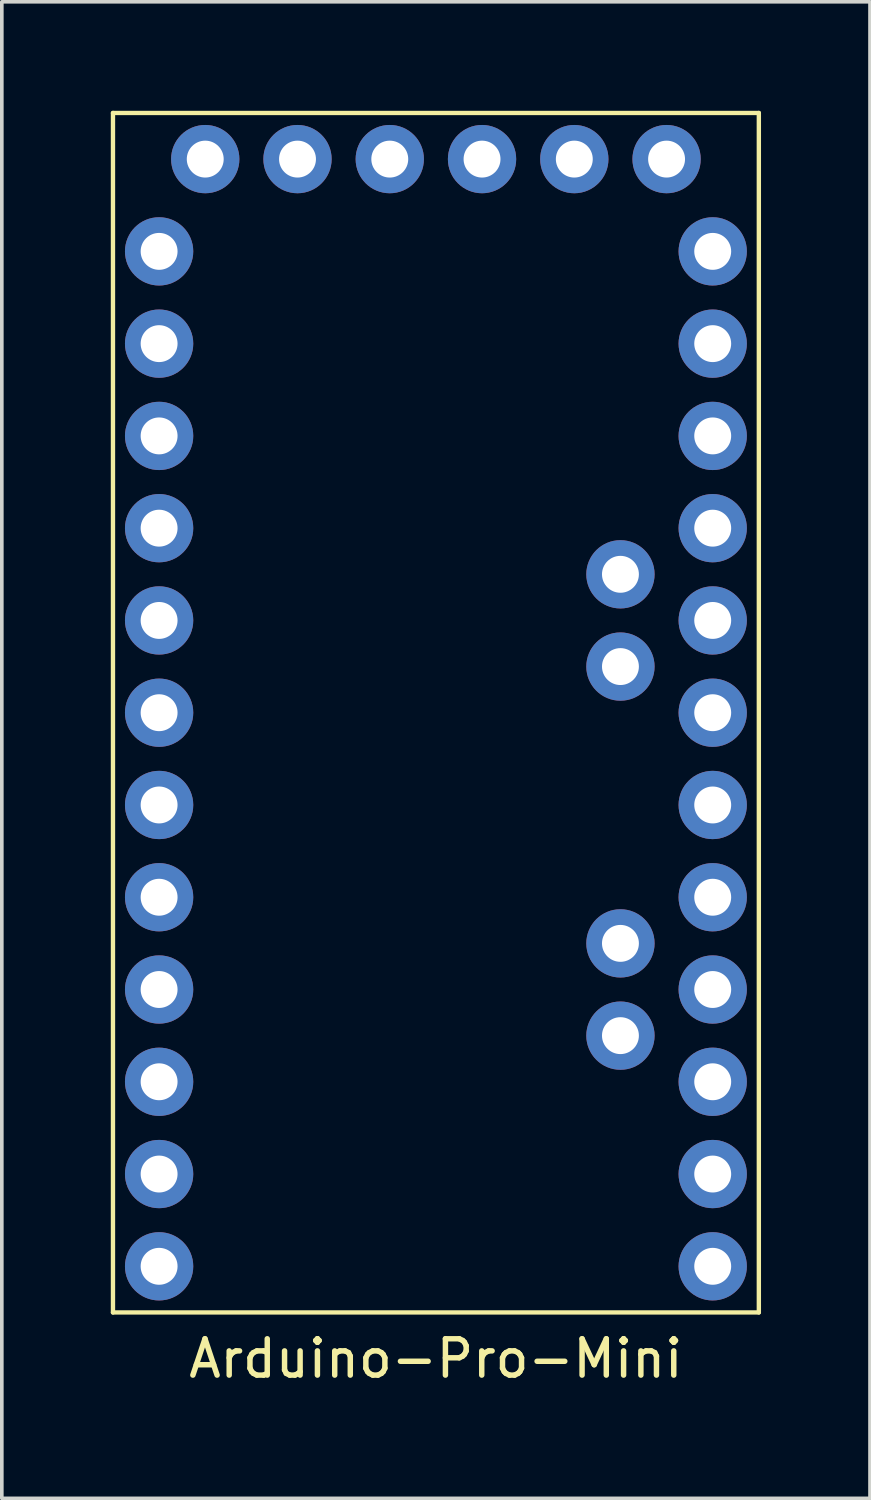
<source format=kicad_pcb>
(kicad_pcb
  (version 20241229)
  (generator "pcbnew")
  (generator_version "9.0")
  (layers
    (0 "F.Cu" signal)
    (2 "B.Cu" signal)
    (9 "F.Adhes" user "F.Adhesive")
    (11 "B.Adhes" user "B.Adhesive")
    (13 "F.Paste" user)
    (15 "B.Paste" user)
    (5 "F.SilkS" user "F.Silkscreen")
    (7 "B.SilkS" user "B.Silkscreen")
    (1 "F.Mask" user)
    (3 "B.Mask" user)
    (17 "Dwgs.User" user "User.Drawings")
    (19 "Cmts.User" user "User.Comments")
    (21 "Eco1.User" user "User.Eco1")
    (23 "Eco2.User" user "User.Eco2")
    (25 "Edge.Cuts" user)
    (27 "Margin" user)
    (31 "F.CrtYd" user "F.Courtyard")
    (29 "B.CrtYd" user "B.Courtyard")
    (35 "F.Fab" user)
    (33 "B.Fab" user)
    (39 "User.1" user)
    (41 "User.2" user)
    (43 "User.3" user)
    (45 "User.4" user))
  (footprint "Arduino-Pro-Mini"
    (layer "F.Cu")
    (at 1.33 31.81)
    (property "Reference" "Arduino-Pro-Mini" (at 7.62 2.54 0) (layer "F.SilkS") (effects (font (size 1 1) (thickness 0.15))))
    (attr through_hole)
    (fp_line (start -1.27 -31.75) (end 16.51 -31.75) (stroke (width 0.12) (type solid)) (layer "F.SilkS"))
    (fp_line (start -1.27 1.27) (end -1.27 -31.75) (stroke (width 0.12) (type solid)) (layer "F.SilkS"))
    (fp_line (start -1.27 1.27) (end 16.51 1.27) (stroke (width 0.12) (type solid)) (layer "F.SilkS"))
    (fp_line (start 16.51 1.27) (end 16.51 -31.75) (stroke (width 0.12) (type solid)) (layer "F.SilkS"))
    (pad "1" thru_hole circle (at 0 -20.32) (size 1.88 1.88) (drill 1.016) (layers "*.Cu" "*.Mask"))
    (pad "2" thru_hole circle (at 0 -17.78) (size 1.88 1.88) (drill 1.016) (layers "*.Cu" "*.Mask"))
    (pad "3" thru_hole circle (at 0 -15.24) (size 1.88 1.88) (drill 1.016) (layers "*.Cu" "*.Mask"))
    (pad "4" thru_hole circle (at 0 -12.7) (size 1.88 1.88) (drill 1.016) (layers "*.Cu" "*.Mask"))
    (pad "5" thru_hole circle (at 0 -10.16) (size 1.88 1.88) (drill 1.016) (layers "*.Cu" "*.Mask"))
    (pad "6" thru_hole circle (at 0 -7.62) (size 1.88 1.88) (drill 1.016) (layers "*.Cu" "*.Mask"))
    (pad "7" thru_hole circle (at 0 -5.08) (size 1.88 1.88) (drill 1.016) (layers "*.Cu" "*.Mask"))
    (pad "8" thru_hole circle (at 0 -2.54) (size 1.88 1.88) (drill 1.016) (layers "*.Cu" "*.Mask"))
    (pad "9" thru_hole circle (at 0 0) (size 1.88 1.88) (drill 1.016) (layers "*.Cu" "*.Mask"))
    (pad "10" thru_hole circle (at 15.24 0) (size 1.88 1.88) (drill 1.016) (layers "*.Cu" "*.Mask"))
    (pad "11" thru_hole circle (at 15.24 -2.54) (size 1.88 1.88) (drill 1.016) (layers "*.Cu" "*.Mask"))
    (pad "12" thru_hole circle (at 15.24 -5.08) (size 1.88 1.88) (drill 1.016) (layers "*.Cu" "*.Mask"))
    (pad "13" thru_hole circle (at 15.24 -7.62) (size 1.88 1.88) (drill 1.016) (layers "*.Cu" "*.Mask"))
    (pad "14" thru_hole circle (at 15.24 -10.16) (size 1.88 1.88) (drill 1.016) (layers "*.Cu" "*.Mask"))
    (pad "15" thru_hole circle (at 15.24 -12.7) (size 1.88 1.88) (drill 1.016) (layers "*.Cu" "*.Mask"))
    (pad "16" thru_hole circle (at 15.24 -15.24) (size 1.88 1.88) (drill 1.016) (layers "*.Cu" "*.Mask"))
    (pad "17" thru_hole circle (at 15.24 -17.78) (size 1.88 1.88) (drill 1.016) (layers "*.Cu" "*.Mask"))
    (pad "18" thru_hole circle (at 15.24 -20.32) (size 1.88 1.88) (drill 1.016) (layers "*.Cu" "*.Mask"))
    (pad "19" thru_hole circle (at 15.24 -22.86) (size 1.88 1.88) (drill 1.016) (layers "*.Cu" "*.Mask"))
    (pad "20" thru_hole circle (at 15.24 -25.4) (size 1.88 1.88) (drill 1.016) (layers "*.Cu" "*.Mask"))
    (pad "21" thru_hole circle (at 15.24 -27.94 180) (size 1.88 1.88) (drill 1.016) (layers "*.Cu" "*.Mask"))
    (pad "22" thru_hole circle (at 13.97 -30.48) (size 1.88 1.88) (drill 1.016) (layers "*.Cu" "*.Mask"))
    (pad "23" thru_hole circle (at 11.43 -30.48) (size 1.88 1.88) (drill 1.016) (layers "*.Cu" "*.Mask"))
    (pad "24" thru_hole circle (at 8.89 -30.48) (size 1.88 1.88) (drill 1.016) (layers "*.Cu" "*.Mask"))
    (pad "25" thru_hole circle (at 6.35 -30.48) (size 1.88 1.88) (drill 1.016) (layers "*.Cu" "*.Mask"))
    (pad "26" thru_hole circle (at 3.81 -30.48) (size 1.88 1.88) (drill 1.016) (layers "*.Cu" "*.Mask"))
    (pad "27" thru_hole circle (at 1.27 -30.48) (size 1.88 1.88) (drill 1.016) (layers "*.Cu" "*.Mask"))
    (pad "28" thru_hole circle (at 0 -27.94) (size 1.88 1.88) (drill 1.016) (layers "*.Cu" "*.Mask"))
    (pad "29" thru_hole circle (at 0 -25.4) (size 1.88 1.88) (drill 1.016) (layers "*.Cu" "*.Mask"))
    (pad "30" thru_hole circle (at 0 -22.86) (size 1.88 1.88) (drill 1.016) (layers "*.Cu" "*.Mask"))
    (pad "31" thru_hole circle (at 12.7 -6.35) (size 1.88 1.88) (drill 1.016) (layers "*.Cu" "*.Mask"))
    (pad "32" thru_hole circle (at 12.7 -8.89) (size 1.88 1.88) (drill 1.016) (layers "*.Cu" "*.Mask"))
    (pad "33" thru_hole circle (at 12.7 -16.51) (size 1.88 1.88) (drill 1.016) (layers "*.Cu" "*.Mask"))
    (pad "34" thru_hole circle (at 12.7 -19.05) (size 1.88 1.88) (drill 1.016) (layers "*.Cu" "*.Mask")))
  (gr_rect
    (start -3 -3)
    (end 20.9 38.198)
    (stroke (width 0.1) (type default))
    (fill no)
    (layer "Edge.Cuts")))
</source>
